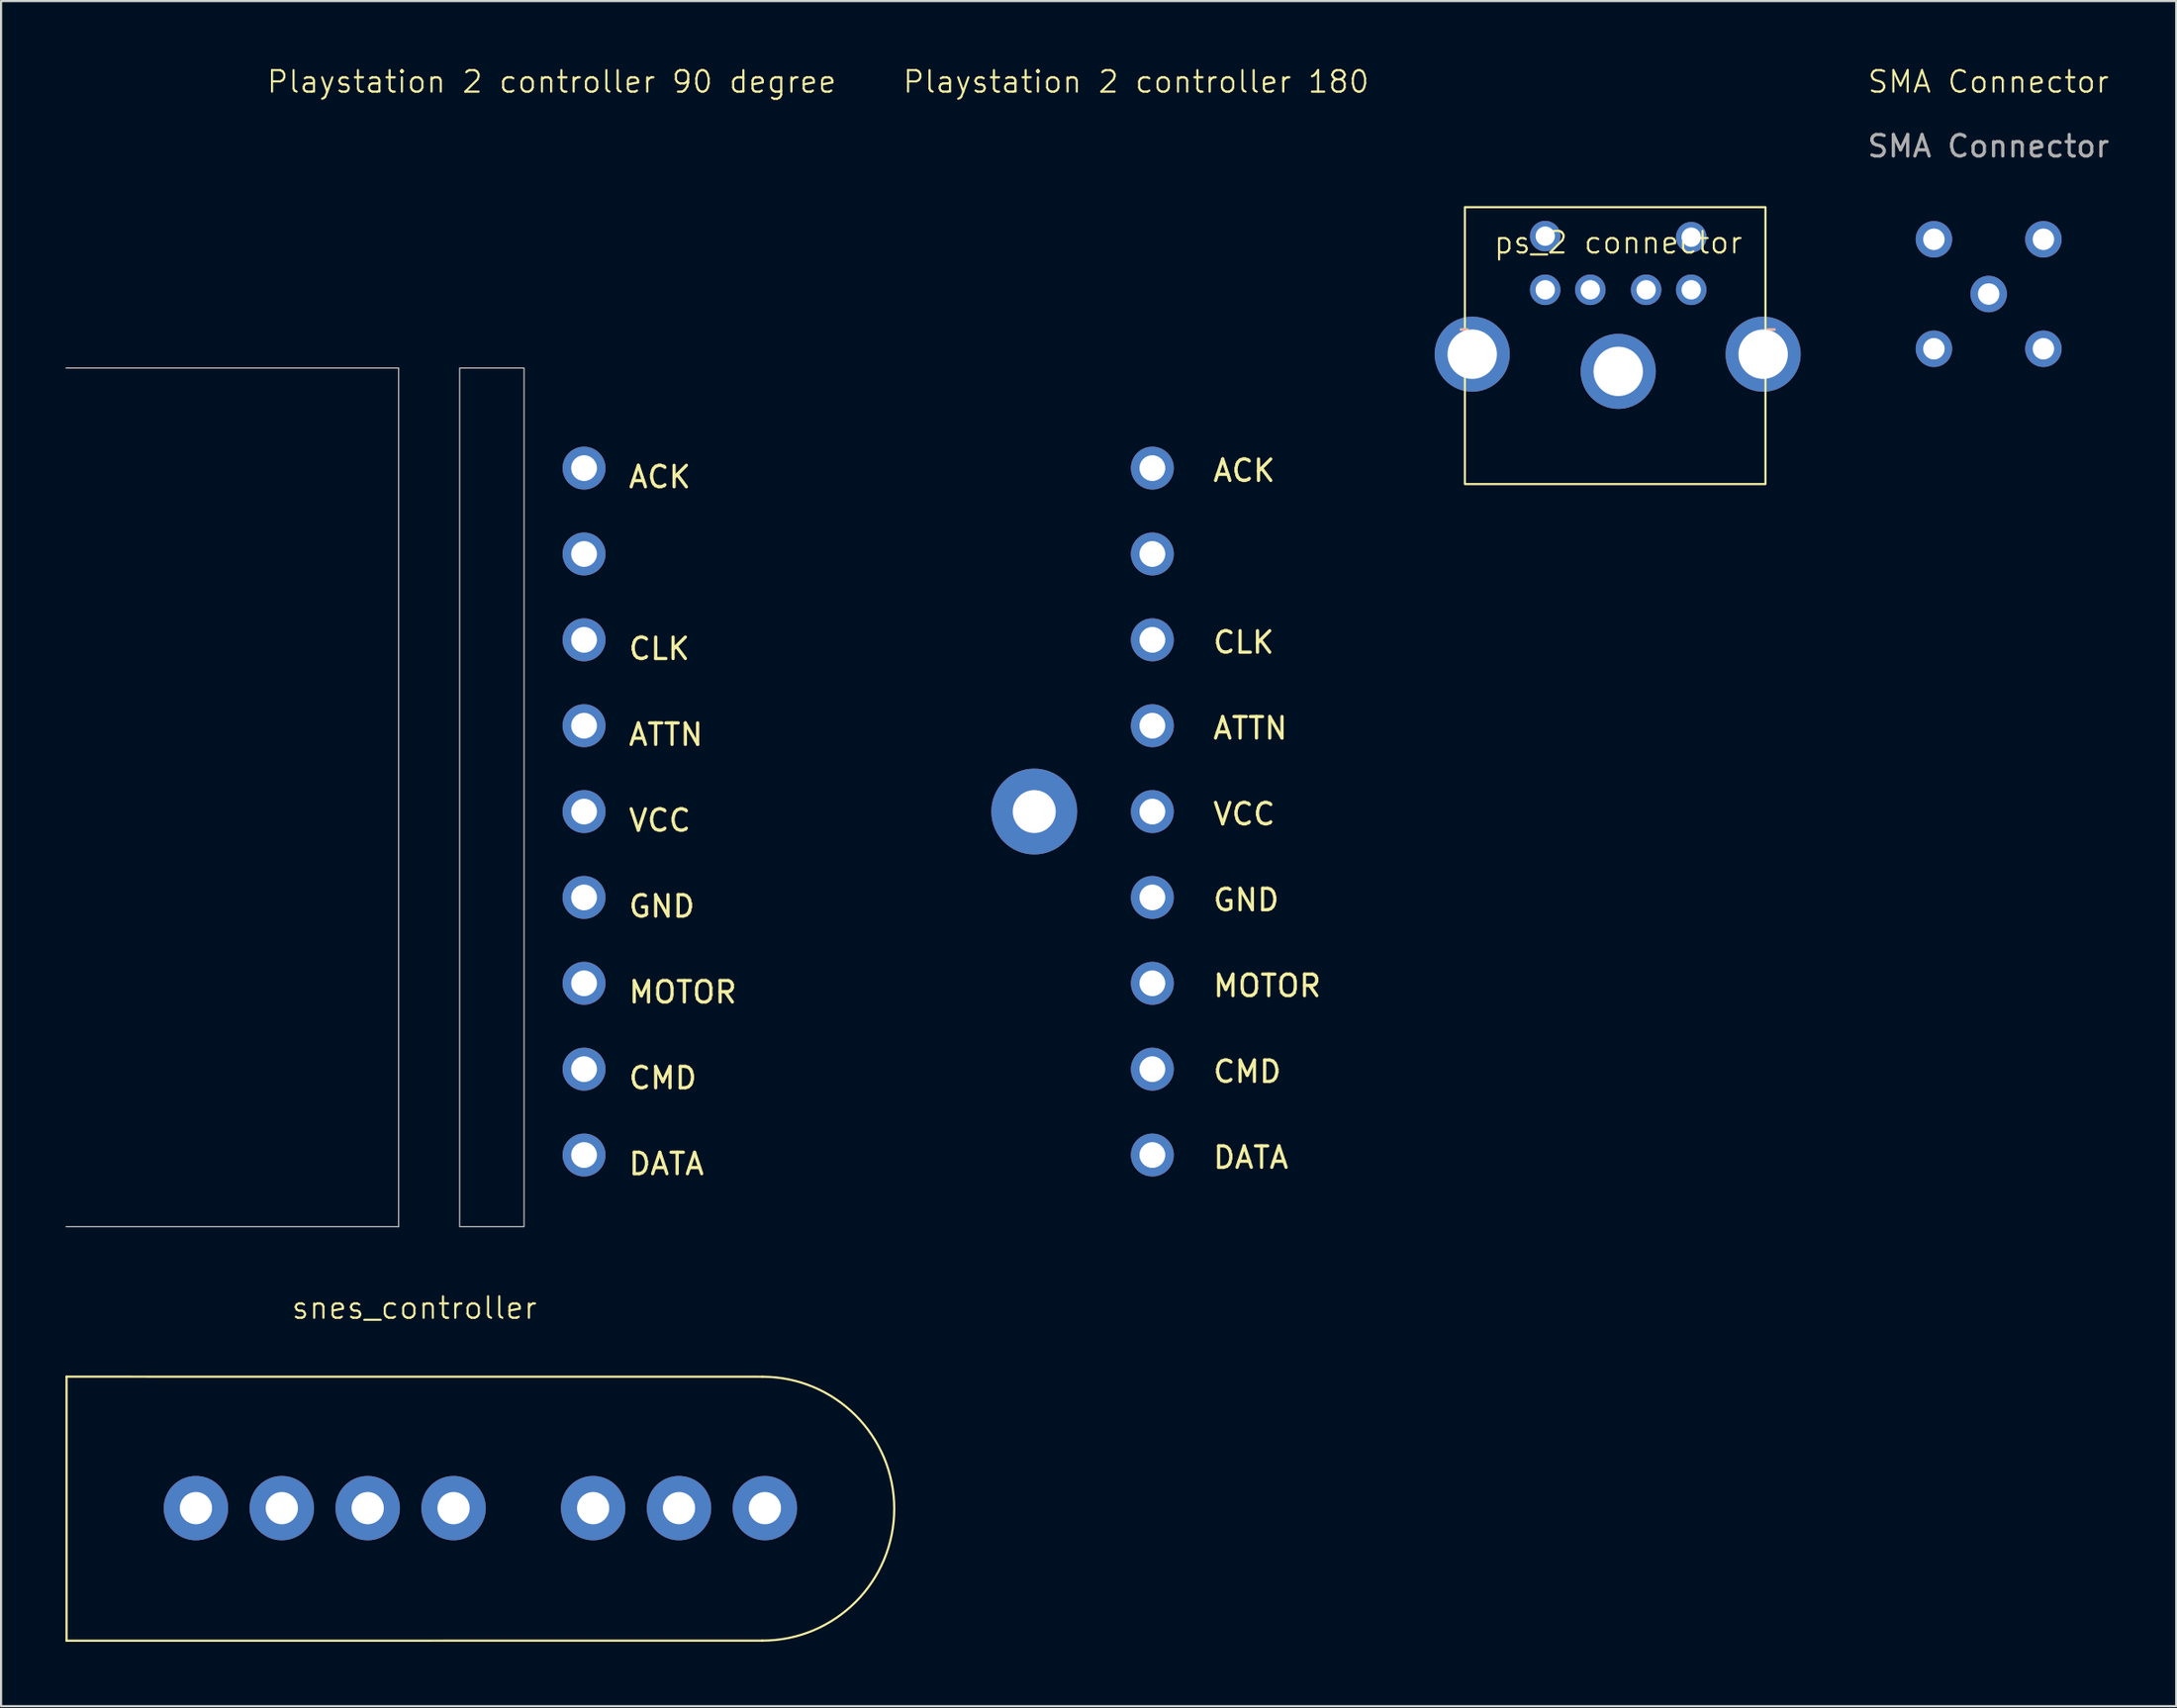
<source format=kicad_pcb>
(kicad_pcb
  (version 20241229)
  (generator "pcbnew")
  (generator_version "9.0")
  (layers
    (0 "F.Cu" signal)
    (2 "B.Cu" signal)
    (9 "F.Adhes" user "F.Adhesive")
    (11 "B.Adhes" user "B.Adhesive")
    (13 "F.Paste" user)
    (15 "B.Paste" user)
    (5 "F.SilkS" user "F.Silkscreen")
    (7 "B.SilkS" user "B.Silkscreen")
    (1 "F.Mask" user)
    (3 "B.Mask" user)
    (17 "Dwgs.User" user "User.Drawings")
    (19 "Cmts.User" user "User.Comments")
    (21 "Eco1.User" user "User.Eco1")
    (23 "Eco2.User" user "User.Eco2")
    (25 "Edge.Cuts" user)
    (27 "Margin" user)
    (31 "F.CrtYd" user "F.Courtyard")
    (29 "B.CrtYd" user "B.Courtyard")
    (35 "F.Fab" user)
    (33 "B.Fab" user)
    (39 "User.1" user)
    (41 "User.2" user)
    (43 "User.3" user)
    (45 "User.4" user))
  (footprint "snes_controller"
    (layer "F.Cu")
    (at 16.252 58.381)
    (property "Reference" "snes_controller" (at 0 -0.5 0) (unlocked yes) (layer "F.SilkS") (effects (font (size 1 1) (thickness 0.1))))
    (attr through_hole)
    (fp_line (start -16.202 2.702) (end -16.202 15.002) (stroke (width 0.1) (type default)) (layer "F.SilkS"))
    (fp_line (start 16.202 2.705) (end -16.202 2.702) (stroke (width 0.1) (type default)) (layer "F.SilkS"))
    (fp_line (start 16.202 14.998) (end -16.202 15.002) (stroke (width 0.1) (type default)) (layer "F.SilkS"))
    (fp_arc (start 16.2016 2.7048) (mid 22.3484 8.8516) (end 16.2016 14.9984) (stroke (width 0.1) (type default)) (layer "F.SilkS"))
    (pad "1" thru_hole circle (at -10.176 8.826) (size 3 3) (drill 1.5) (layers "*.Cu" "*.Mask"))
    (pad "2" thru_hole circle (at -6.176 8.826) (size 3 3) (drill 1.5) (layers "*.Cu" "*.Mask"))
    (pad "3" thru_hole circle (at -2.176 8.826) (size 3 3) (drill 1.5) (layers "*.Cu" "*.Mask"))
    (pad "4" thru_hole circle (at 1.824 8.826) (size 3 3) (drill 1.5) (layers "*.Cu" "*.Mask"))
    (pad "5" thru_hole circle (at 8.324 8.826) (size 3 3) (drill 1.5) (layers "*.Cu" "*.Mask"))
    (pad "6" thru_hole circle (at 12.324 8.826) (size 3 3) (drill 1.5) (layers "*.Cu" "*.Mask"))
    (pad "7" thru_hole circle (at 16.324 8.826) (size 3 3) (drill 1.5) (layers "*.Cu" "*.Mask")))
  (footprint "SMA Connector"
    (layer "F.Cu")
    (at 89.565 1.26)
    (property "Reference" "SMA Connector" (at 0 -0.5 0) (unlocked yes) (layer "F.SilkS") (effects (font (size 1 1) (thickness 0.1))))
    (attr through_hole)
    (fp_text user "${REFERENCE}" (at 0 2.5 0) (unlocked yes) (layer "F.Fab") (effects (font (size 1 1) (thickness 0.15))))
    (pad "" thru_hole circle (at -2.54 6.838) (size 1.7 1.7) (drill 1) (layers "*.Cu" "*.Mask"))
    (pad "" thru_hole circle (at -2.54 11.938) (size 1.7 1.7) (drill 1) (layers "*.Cu" "*.Mask"))
    (pad "" thru_hole circle (at 2.56 6.838) (size 1.7 1.7) (drill 1) (layers "*.Cu" "*.Mask"))
    (pad "" thru_hole circle (at 2.56 11.938) (size 1.7 1.7) (drill 1) (layers "*.Cu" "*.Mask"))
    (pad "1" thru_hole circle (at 0.01 9.388) (size 1.7 1.7) (drill 1) (layers "*.Cu" "*.Mask")))
  (footprint "Playstation 2 controller 90 degree"
    (layer "F.Cu")
    (at 28.597 31.44)
    (property "Reference" "Playstation 2 controller 90 degree" (at -5.952 -30.68 0) (unlocked yes) (layer "F.SilkS") (effects (font (size 1 1) (thickness 0.1))))
    (attr through_hole)
    (fp_line (start -13.08 -17.345) (end -28.572 -17.345) (stroke (width 0.05) (type default)) (layer "Edge.Cuts"))
    (fp_line (start -13.08 -17.345) (end -13.08 22.655) (stroke (width 0.05) (type default)) (layer "Edge.Cuts"))
    (fp_line (start -13.08 22.655) (end -28.572 22.655) (stroke (width 0.05) (type default)) (layer "Edge.Cuts"))
    (fp_rect (start -10.238 -17.345) (end -7.238 22.655) (stroke (width 0.05) (type default)) (fill no) (layer "Edge.Cuts"))
    (fp_text user "ACK" (at -2.444 -11.683 0) (unlocked yes) (layer "F.SilkS") (effects (font (size 1 1) (thickness 0.15)) (justify left bottom)))
    (fp_text user "CMD" (at -2.444 16.317 0) (unlocked yes) (layer "F.SilkS") (effects (font (size 1 1) (thickness 0.15)) (justify left bottom)))
    (fp_text user "CLK" (at -2.444 -3.683 0) (unlocked yes) (layer "F.SilkS") (effects (font (size 1 1) (thickness 0.15)) (justify left bottom)))
    (fp_text user "DATA" (at -2.444 20.317 0) (unlocked yes) (layer "F.SilkS") (effects (font (size 1 1) (thickness 0.15)) (justify left bottom)))
    (fp_text user "ATTN" (at -2.444 0.317 0) (unlocked yes) (layer "F.SilkS") (effects (font (size 1 1) (thickness 0.15)) (justify left bottom)))
    (fp_text user "GND" (at -2.444 8.317 0) (unlocked yes) (layer "F.SilkS") (effects (font (size 1 1) (thickness 0.15)) (justify left bottom)))
    (fp_text user "MOTOR" (at -2.444 12.317 0) (unlocked yes) (layer "F.SilkS") (effects (font (size 1 1) (thickness 0.15)) (justify left bottom)))
    (fp_text user "VCC" (at -2.444 4.317 0) (unlocked yes) (layer "F.SilkS") (effects (font (size 1 1) (thickness 0.15)) (justify left bottom)))
    (pad "1" thru_hole circle (at -4.444 19.317) (size 2 2) (drill 1.2) (layers "*.Cu" "*.Mask"))
    (pad "2" thru_hole circle (at -4.444 15.317) (size 2 2) (drill 1.2) (layers "*.Cu" "*.Mask"))
    (pad "3" thru_hole circle (at -4.444 11.317) (size 2 2) (drill 1.2) (layers "*.Cu" "*.Mask"))
    (pad "4" thru_hole circle (at -4.444 7.317) (size 2 2) (drill 1.2) (layers "*.Cu" "*.Mask"))
    (pad "5" thru_hole circle (at -4.444 3.317) (size 2 2) (drill 1.2) (layers "*.Cu" "*.Mask"))
    (pad "6" thru_hole circle (at -4.444 -0.683) (size 2 2) (drill 1.2) (layers "*.Cu" "*.Mask"))
    (pad "7" thru_hole circle (at -4.444 -4.683) (size 2 2) (drill 1.2) (layers "*.Cu" "*.Mask"))
    (pad "8" thru_hole circle (at -4.444 -8.683) (size 2 2) (drill 1.2) (layers "*.Cu" "*.Mask"))
    (pad "9" thru_hole circle (at -4.444 -12.683) (size 2 2) (drill 1.2) (layers "*.Cu" "*.Mask")))
  (footprint "ps_2 connector"
    (layer "F.Cu")
    (at 72.321 0.25)
    (property "Reference" "ps_2 connector" (at 0 8 0) (unlocked yes) (layer "F.SilkS") (effects (font (size 1 1) (thickness 0.1))))
    (attr through_hole)
    (fp_rect (start -7.142 6.35) (end 6.858 19.25) (stroke (width 0.1) (type default)) (fill no) (layer "F.SilkS"))
    (fp_line (start -7.025 12.05) (end -7.325 12.05) (stroke (width 0.127) (type solid)) (layer "B.SilkS"))
    (fp_line (start -6.725 14.05) (end -6.475 14.05) (stroke (width 0.127) (type solid)) (layer "B.SilkS"))
    (fp_line (start 6.675 14.05) (end 6.375 14.05) (stroke (width 0.127) (type solid)) (layer "B.SilkS"))
    (fp_line (start 6.975 12.05) (end 7.275 12.05) (stroke (width 0.127) (type solid)) (layer "B.SilkS"))
    (pad "1" thru_hole circle (at -3.4 7.7 180) (size 1.422 1.422) (drill 0.9) (layers "*.Cu" "*.Mask"))
    (pad "2" thru_hole circle (at -3.4 10.2 180) (size 1.422 1.422) (drill 0.9) (layers "*.Cu" "*.Mask"))
    (pad "3" thru_hole circle (at -1.3 10.2 180) (size 1.422 1.422) (drill 0.9) (layers "*.Cu" "*.Mask"))
    (pad "4" thru_hole circle (at 1.3 10.2 180) (size 1.422 1.422) (drill 0.9) (layers "*.Cu" "*.Mask"))
    (pad "5" thru_hole circle (at 3.4 10.2 180) (size 1.422 1.422) (drill 0.9) (layers "*.Cu" "*.Mask"))
    (pad "6" thru_hole oval (at 3.4 7.75 180) (size 1.422 1.422) (drill 0.9) (layers "*.Cu" "*.Mask"))
    (pad "SH1" thru_hole circle (at -6.8 13.2 180) (size 3.5 3.5) (drill 2.3) (layers "*.Cu" "*.Mask"))
    (pad "SH2" thru_hole circle (at 0 14 180) (size 3.5 3.5) (drill 2.3) (layers "*.Cu" "*.Mask"))
    (pad "SH3" thru_hole circle (at 6.75 13.2 180) (size 3.5 3.5) (drill 2.3) (layers "*.Cu" "*.Mask")))
  (footprint "Playstation 2 controller 180"
    (layer "F.Cu")
    (at 55.816 31.44)
    (property "Reference" "Playstation 2 controller 180" (at -5.952 -30.68 0) (unlocked yes) (layer "F.SilkS") (effects (font (size 1 1) (thickness 0.1))))
    (attr through_hole)
    (fp_text user "ATTN" (at -2.444 0.021 0) (unlocked yes) (layer "F.SilkS") (effects (font (size 1 1) (thickness 0.15)) (justify left bottom)))
    (fp_text user "CLK" (at -2.444 -3.979 0) (unlocked yes) (layer "F.SilkS") (effects (font (size 1 1) (thickness 0.15)) (justify left bottom)))
    (fp_text user "MOTOR" (at -2.444 12.021 0) (unlocked yes) (layer "F.SilkS") (effects (font (size 1 1) (thickness 0.15)) (justify left bottom)))
    (fp_text user "VCC" (at -2.444 4.021 0) (unlocked yes) (layer "F.SilkS") (effects (font (size 1 1) (thickness 0.15)) (justify left bottom)))
    (fp_text user "CMD" (at -2.444 16.02 0) (unlocked yes) (layer "F.SilkS") (effects (font (size 1 1) (thickness 0.15)) (justify left bottom)))
    (fp_text user "DATA" (at -2.444 20.02 0) (unlocked yes) (layer "F.SilkS") (effects (font (size 1 1) (thickness 0.15)) (justify left bottom)))
    (fp_text user "GND" (at -2.444 8.021 0) (unlocked yes) (layer "F.SilkS") (effects (font (size 1 1) (thickness 0.15)) (justify left bottom)))
    (fp_text user "ACK" (at -2.444 -11.979 0) (unlocked yes) (layer "F.SilkS") (effects (font (size 1 1) (thickness 0.15)) (justify left bottom)))
    (pad "" thru_hole circle (at -10.694 3.317 180) (size 4 4) (drill 2) (layers "*.Cu" "*.Mask"))
    (pad "1" thru_hole circle (at -5.194 19.317) (size 2 2) (drill 1.2) (layers "*.Cu" "*.Mask"))
    (pad "2" thru_hole circle (at -5.194 15.317) (size 2 2) (drill 1.2) (layers "*.Cu" "*.Mask"))
    (pad "3" thru_hole circle (at -5.194 11.317) (size 2 2) (drill 1.2) (layers "*.Cu" "*.Mask"))
    (pad "4" thru_hole circle (at -5.194 7.317) (size 2 2) (drill 1.2) (layers "*.Cu" "*.Mask"))
    (pad "5" thru_hole circle (at -5.194 3.317) (size 2 2) (drill 1.2) (layers "*.Cu" "*.Mask"))
    (pad "6" thru_hole circle (at -5.194 -0.683) (size 2 2) (drill 1.2) (layers "*.Cu" "*.Mask"))
    (pad "7" thru_hole circle (at -5.194 -4.683) (size 2 2) (drill 1.2) (layers "*.Cu" "*.Mask"))
    (pad "8" thru_hole circle (at -5.194 -8.683) (size 2 2) (drill 1.2) (layers "*.Cu" "*.Mask"))
    (pad "9" thru_hole circle (at -5.194 -12.683) (size 2 2) (drill 1.2) (layers "*.Cu" "*.Mask")))
  (gr_rect
    (start -3 -3)
    (end 98.309 76.433)
    (stroke (width 0.1) (type default))
    (fill no)
    (layer "Edge.Cuts")))
</source>
